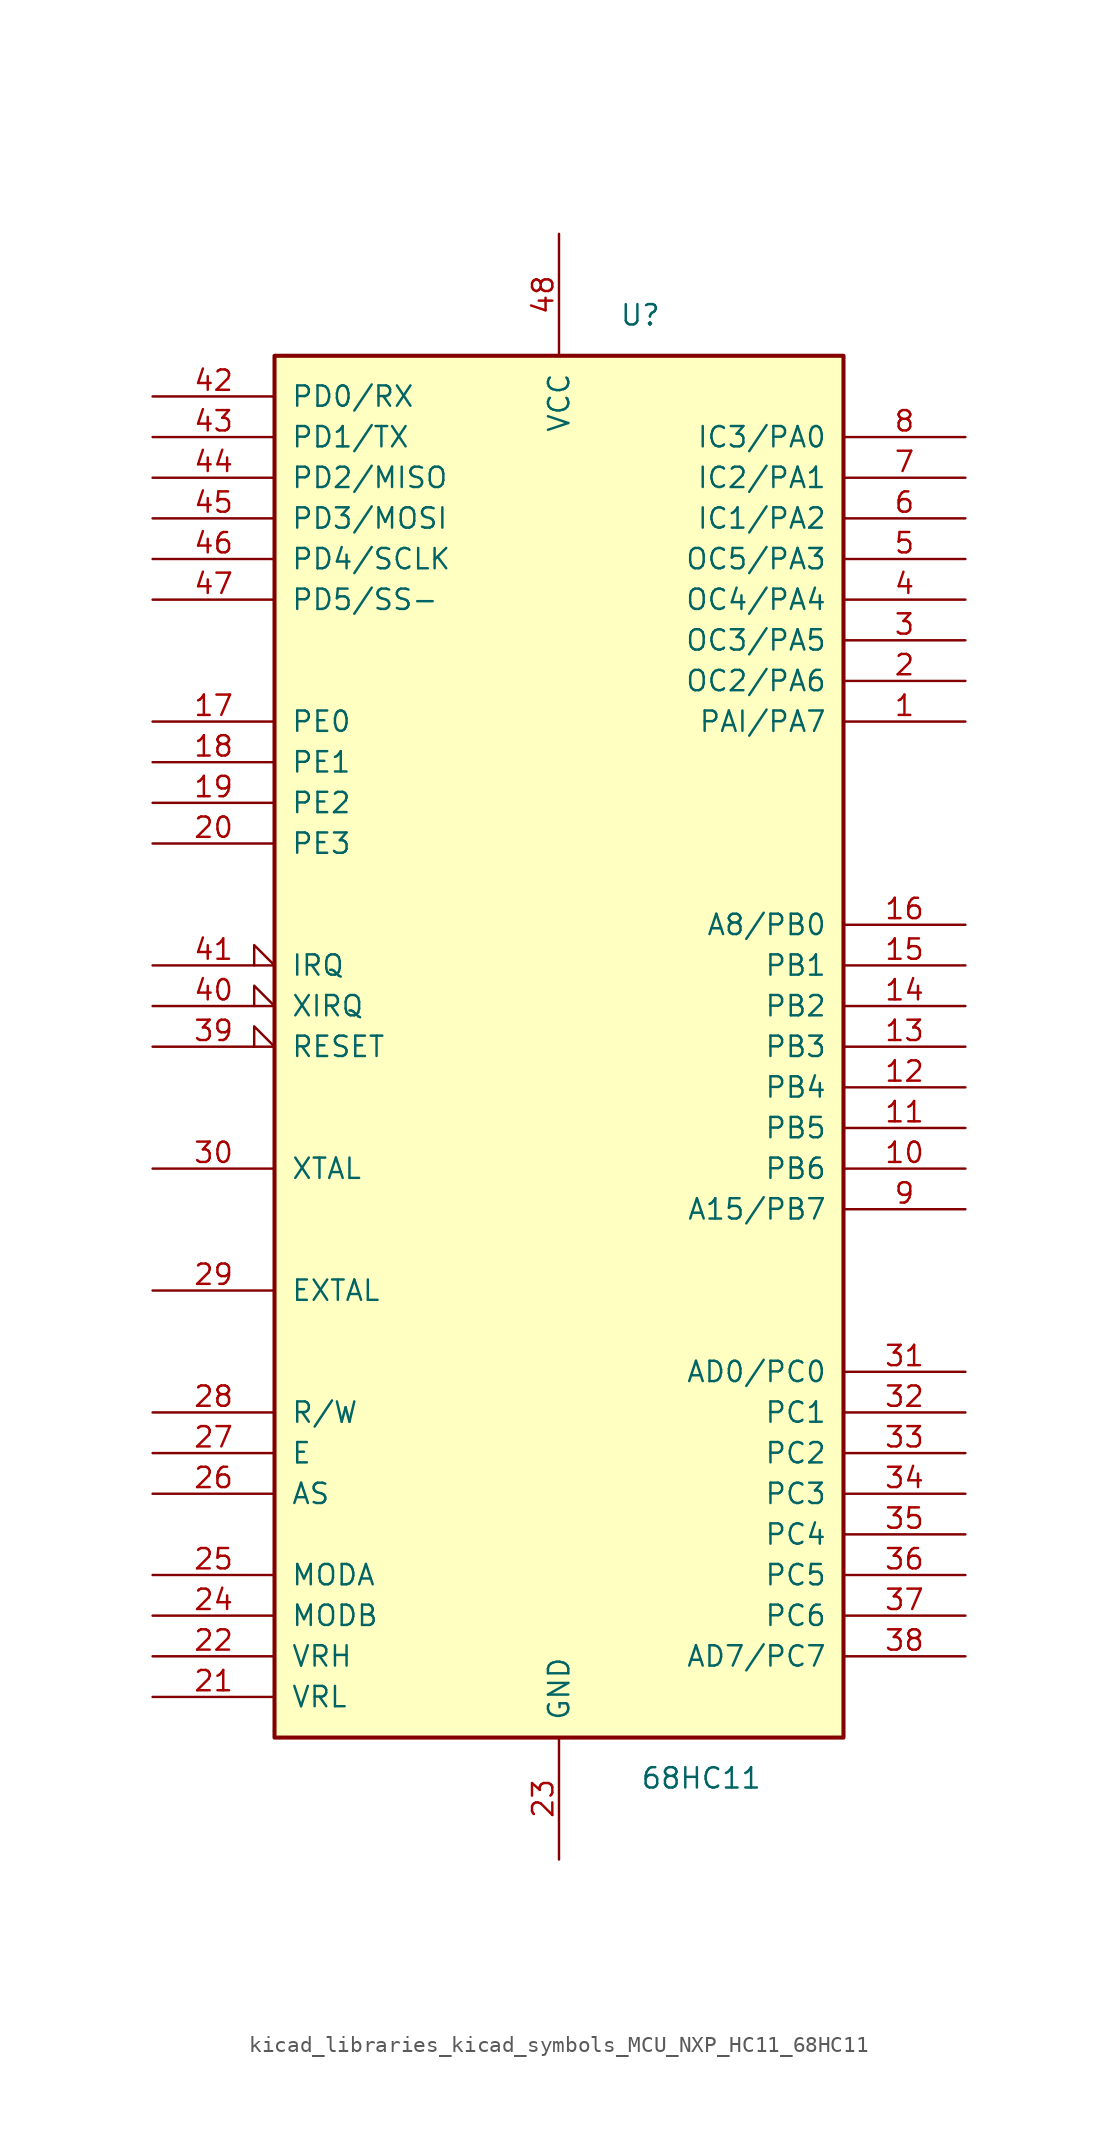
<source format=kicad_sym>
(kicad_symbol_lib
  (version 20220914)
  (generator kicad_symbol_editor)
  (symbol "kicad_libraries_kicad_symbols_MCU_NXP_HC11_68HC11"
    (pin_names
      (offset 1.016))
    (property "Reference" "U"
      (at 5.08 45.72 0)
      (effects (font (size 1.27 1.27))))
    (property "Value" "68HC11"
      (at 8.89 -45.72 0)
      (effects (font (size 1.27 1.27))))
    (symbol "kicad_libraries_kicad_symbols_MCU_NXP_HC11_68HC11_0_1"
      (rectangle (start -17.78 -43.18) (end 17.78 43.18) (stroke (width 0.254) (type default)) (fill (type background))))
    (symbol "kicad_libraries_kicad_symbols_MCU_NXP_HC11_68HC11_1_1"
      (pin input line (at 25.4 20.32 180) (length 7.62) (name "PAI/PA7" (effects (font (size 1.27 1.27)))) (number "1" (effects (font (size 1.27 1.27)))))
      (pin output line (at 25.4 -7.62 180) (length 7.62) (name "PB6" (effects (font (size 1.27 1.27)))) (number "10" (effects (font (size 1.27 1.27)))))
      (pin output line (at 25.4 -5.08 180) (length 7.62) (name "PB5" (effects (font (size 1.27 1.27)))) (number "11" (effects (font (size 1.27 1.27)))))
      (pin output line (at 25.4 -2.54 180) (length 7.62) (name "PB4" (effects (font (size 1.27 1.27)))) (number "12" (effects (font (size 1.27 1.27)))))
      (pin output line (at 25.4 0 180) (length 7.62) (name "PB3" (effects (font (size 1.27 1.27)))) (number "13" (effects (font (size 1.27 1.27)))))
      (pin output line (at 25.4 2.54 180) (length 7.62) (name "PB2" (effects (font (size 1.27 1.27)))) (number "14" (effects (font (size 1.27 1.27)))))
      (pin output line (at 25.4 5.08 180) (length 7.62) (name "PB1" (effects (font (size 1.27 1.27)))) (number "15" (effects (font (size 1.27 1.27)))))
      (pin output line (at 25.4 7.62 180) (length 7.62) (name "A8/PB0" (effects (font (size 1.27 1.27)))) (number "16" (effects (font (size 1.27 1.27)))))
      (pin input line (at -25.4 20.32 0) (length 7.62) (name "PE0" (effects (font (size 1.27 1.27)))) (number "17" (effects (font (size 1.27 1.27)))))
      (pin input line (at -25.4 17.78 0) (length 7.62) (name "PE1" (effects (font (size 1.27 1.27)))) (number "18" (effects (font (size 1.27 1.27)))))
      (pin input line (at -25.4 15.24 0) (length 7.62) (name "PE2" (effects (font (size 1.27 1.27)))) (number "19" (effects (font (size 1.27 1.27)))))
      (pin output line (at 25.4 22.86 180) (length 7.62) (name "OC2/PA6" (effects (font (size 1.27 1.27)))) (number "2" (effects (font (size 1.27 1.27)))))
      (pin input line (at -25.4 12.7 0) (length 7.62) (name "PE3" (effects (font (size 1.27 1.27)))) (number "20" (effects (font (size 1.27 1.27)))))
      (pin passive line (at -25.4 -40.64 0) (length 7.62) (name "VRL" (effects (font (size 1.27 1.27)))) (number "21" (effects (font (size 1.27 1.27)))))
      (pin passive line (at -25.4 -38.1 0) (length 7.62) (name "VRH" (effects (font (size 1.27 1.27)))) (number "22" (effects (font (size 1.27 1.27)))))
      (pin power_in line (at 0 -50.8 90) (length 7.62) (name "GND" (effects (font (size 1.27 1.27)))) (number "23" (effects (font (size 1.27 1.27)))))
      (pin input line (at -25.4 -35.56 0) (length 7.62) (name "MODB" (effects (font (size 1.27 1.27)))) (number "24" (effects (font (size 1.27 1.27)))))
      (pin input line (at -25.4 -33.02 0) (length 7.62) (name "MODA" (effects (font (size 1.27 1.27)))) (number "25" (effects (font (size 1.27 1.27)))))
      (pin output line (at -25.4 -27.94 0) (length 7.62) (name "AS" (effects (font (size 1.27 1.27)))) (number "26" (effects (font (size 1.27 1.27)))))
      (pin output line (at -25.4 -25.4 0) (length 7.62) (name "E" (effects (font (size 1.27 1.27)))) (number "27" (effects (font (size 1.27 1.27)))))
      (pin output line (at -25.4 -22.86 0) (length 7.62) (name "R/W" (effects (font (size 1.27 1.27)))) (number "28" (effects (font (size 1.27 1.27)))))
      (pin input line (at -25.4 -15.24 0) (length 7.62) (name "EXTAL" (effects (font (size 1.27 1.27)))) (number "29" (effects (font (size 1.27 1.27)))))
      (pin output line (at 25.4 25.4 180) (length 7.62) (name "OC3/PA5" (effects (font (size 1.27 1.27)))) (number "3" (effects (font (size 1.27 1.27)))))
      (pin output line (at -25.4 -7.62 0) (length 7.62) (name "XTAL" (effects (font (size 1.27 1.27)))) (number "30" (effects (font (size 1.27 1.27)))))
      (pin tri_state line (at 25.4 -20.32 180) (length 7.62) (name "AD0/PC0" (effects (font (size 1.27 1.27)))) (number "31" (effects (font (size 1.27 1.27)))))
      (pin tri_state line (at 25.4 -22.86 180) (length 7.62) (name "PC1" (effects (font (size 1.27 1.27)))) (number "32" (effects (font (size 1.27 1.27)))))
      (pin tri_state line (at 25.4 -25.4 180) (length 7.62) (name "PC2" (effects (font (size 1.27 1.27)))) (number "33" (effects (font (size 1.27 1.27)))))
      (pin tri_state line (at 25.4 -27.94 180) (length 7.62) (name "PC3" (effects (font (size 1.27 1.27)))) (number "34" (effects (font (size 1.27 1.27)))))
      (pin tri_state line (at 25.4 -30.48 180) (length 7.62) (name "PC4" (effects (font (size 1.27 1.27)))) (number "35" (effects (font (size 1.27 1.27)))))
      (pin tri_state line (at 25.4 -33.02 180) (length 7.62) (name "PC5" (effects (font (size 1.27 1.27)))) (number "36" (effects (font (size 1.27 1.27)))))
      (pin tri_state line (at 25.4 -35.56 180) (length 7.62) (name "PC6" (effects (font (size 1.27 1.27)))) (number "37" (effects (font (size 1.27 1.27)))))
      (pin tri_state line (at 25.4 -38.1 180) (length 7.62) (name "AD7/PC7" (effects (font (size 1.27 1.27)))) (number "38" (effects (font (size 1.27 1.27)))))
      (pin input input_low (at -25.4 0 0) (length 7.62) (name "RESET" (effects (font (size 1.27 1.27)))) (number "39" (effects (font (size 1.27 1.27)))))
      (pin output line (at 25.4 27.94 180) (length 7.62) (name "OC4/PA4" (effects (font (size 1.27 1.27)))) (number "4" (effects (font (size 1.27 1.27)))))
      (pin input input_low (at -25.4 2.54 0) (length 7.62) (name "XIRQ" (effects (font (size 1.27 1.27)))) (number "40" (effects (font (size 1.27 1.27)))))
      (pin input input_low (at -25.4 5.08 0) (length 7.62) (name "IRQ" (effects (font (size 1.27 1.27)))) (number "41" (effects (font (size 1.27 1.27)))))
      (pin input line (at -25.4 40.64 0) (length 7.62) (name "PD0/RX" (effects (font (size 1.27 1.27)))) (number "42" (effects (font (size 1.27 1.27)))))
      (pin input line (at -25.4 38.1 0) (length 7.62) (name "PD1/TX" (effects (font (size 1.27 1.27)))) (number "43" (effects (font (size 1.27 1.27)))))
      (pin input line (at -25.4 35.56 0) (length 7.62) (name "PD2/MISO" (effects (font (size 1.27 1.27)))) (number "44" (effects (font (size 1.27 1.27)))))
      (pin input line (at -25.4 33.02 0) (length 7.62) (name "PD3/MOSI" (effects (font (size 1.27 1.27)))) (number "45" (effects (font (size 1.27 1.27)))))
      (pin input line (at -25.4 30.48 0) (length 7.62) (name "PD4/SCLK" (effects (font (size 1.27 1.27)))) (number "46" (effects (font (size 1.27 1.27)))))
      (pin input line (at -25.4 27.94 0) (length 7.62) (name "PD5/SS-" (effects (font (size 1.27 1.27)))) (number "47" (effects (font (size 1.27 1.27)))))
      (pin power_in line (at 0 50.8 270) (length 7.62) (name "VCC" (effects (font (size 1.27 1.27)))) (number "48" (effects (font (size 1.27 1.27)))))
      (pin output line (at 25.4 30.48 180) (length 7.62) (name "OC5/PA3" (effects (font (size 1.27 1.27)))) (number "5" (effects (font (size 1.27 1.27)))))
      (pin input line (at 25.4 33.02 180) (length 7.62) (name "IC1/PA2" (effects (font (size 1.27 1.27)))) (number "6" (effects (font (size 1.27 1.27)))))
      (pin input line (at 25.4 35.56 180) (length 7.62) (name "IC2/PA1" (effects (font (size 1.27 1.27)))) (number "7" (effects (font (size 1.27 1.27)))))
      (pin input line (at 25.4 38.1 180) (length 7.62) (name "IC3/PA0" (effects (font (size 1.27 1.27)))) (number "8" (effects (font (size 1.27 1.27)))))
      (pin output line (at 25.4 -10.16 180) (length 7.62) (name "A15/PB7" (effects (font (size 1.27 1.27)))) (number "9" (effects (font (size 1.27 1.27))))))))
</source>
